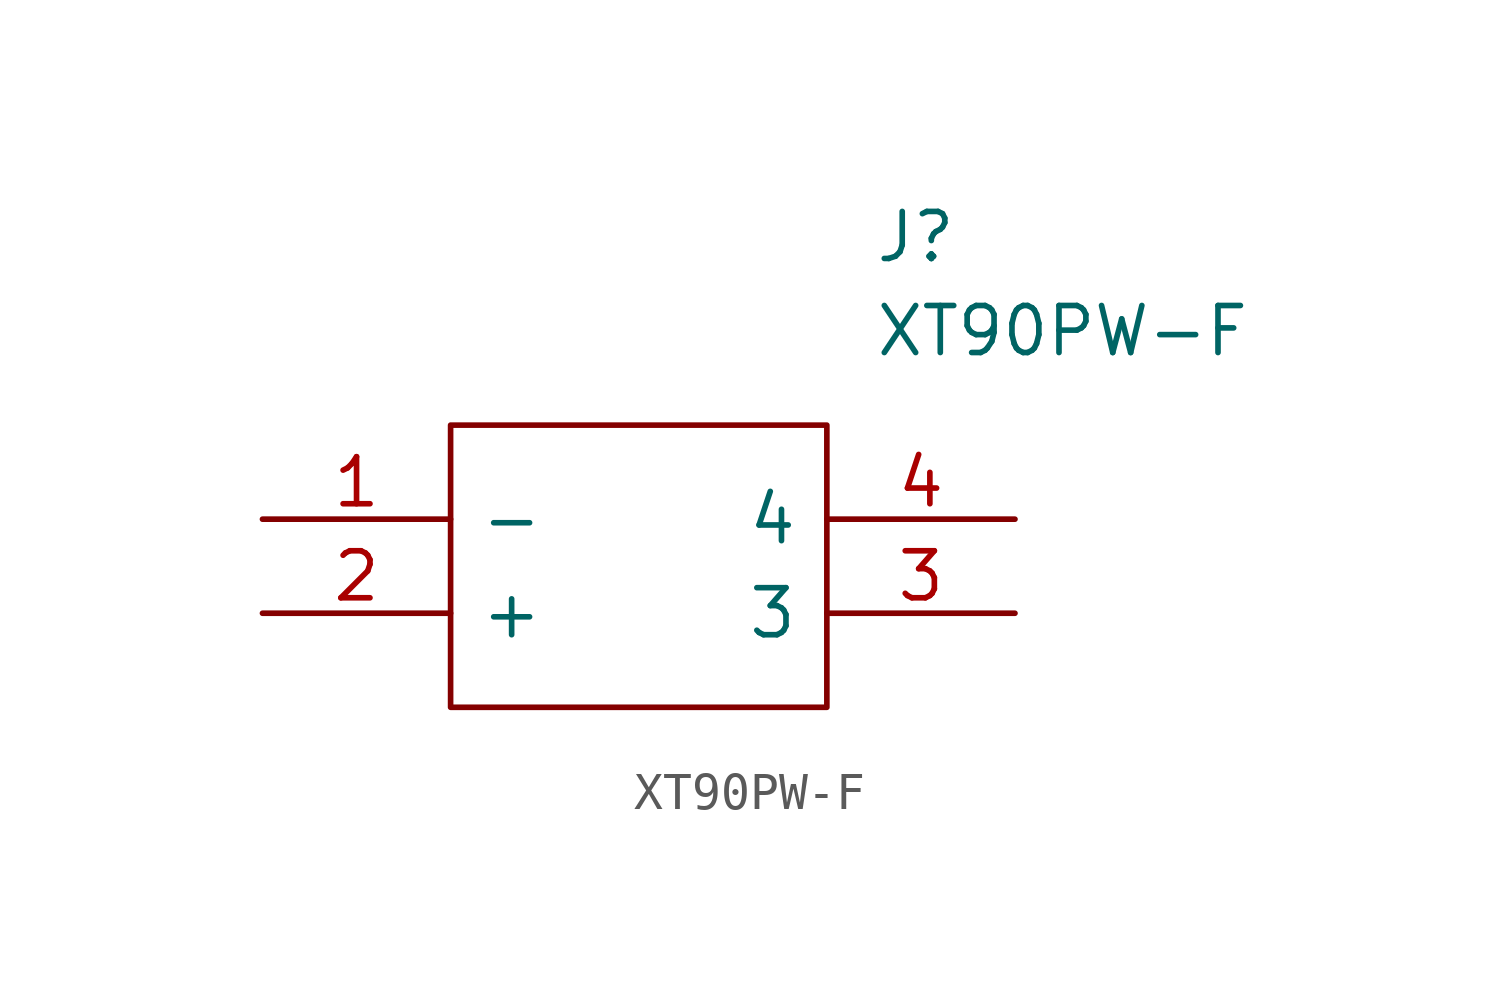
<source format=kicad_sym>
(kicad_symbol_lib
  (version 20211014)
  (generator kicad_symbol_editor)
  (symbol "XT90PW-F"
    (pin_names
      (offset 0.762))
    (property "Reference" "J"
      (at 16.51 7.62 0)
      (effects (font (size 1.27 1.27)) (justify left)))
    (property "Value" "XT90PW-F"
      (at 16.51 5.08 0)
      (effects (font (size 1.27 1.27)) (justify left)))
    (symbol "XT90PW-F_0_0"
      (pin passive line (at 0 0 0) (length 5.08) (name "-" (effects (font (size 1.27 1.27)))) (number "1" (effects (font (size 1.27 1.27)))))
      (pin passive line (at 0 -2.54 0) (length 5.08) (name "+" (effects (font (size 1.27 1.27)))) (number "2" (effects (font (size 1.27 1.27)))))
      (pin passive line (at 20.32 -2.54 180) (length 5.08) (name "3" (effects (font (size 1.27 1.27)))) (number "3" (effects (font (size 1.27 1.27)))))
      (pin passive line (at 20.32 0 180) (length 5.08) (name "4" (effects (font (size 1.27 1.27)))) (number "4" (effects (font (size 1.27 1.27))))))
    (symbol "XT90PW-F_0_1"
      (polyline (pts (xy 5.08 2.54) (xy 15.24 2.54) (xy 15.24 -5.08) (xy 5.08 -5.08) (xy 5.08 2.54)) (stroke (width 0.152) (type default) (color 0 0 0 0)) (fill (type none))))))
</source>
